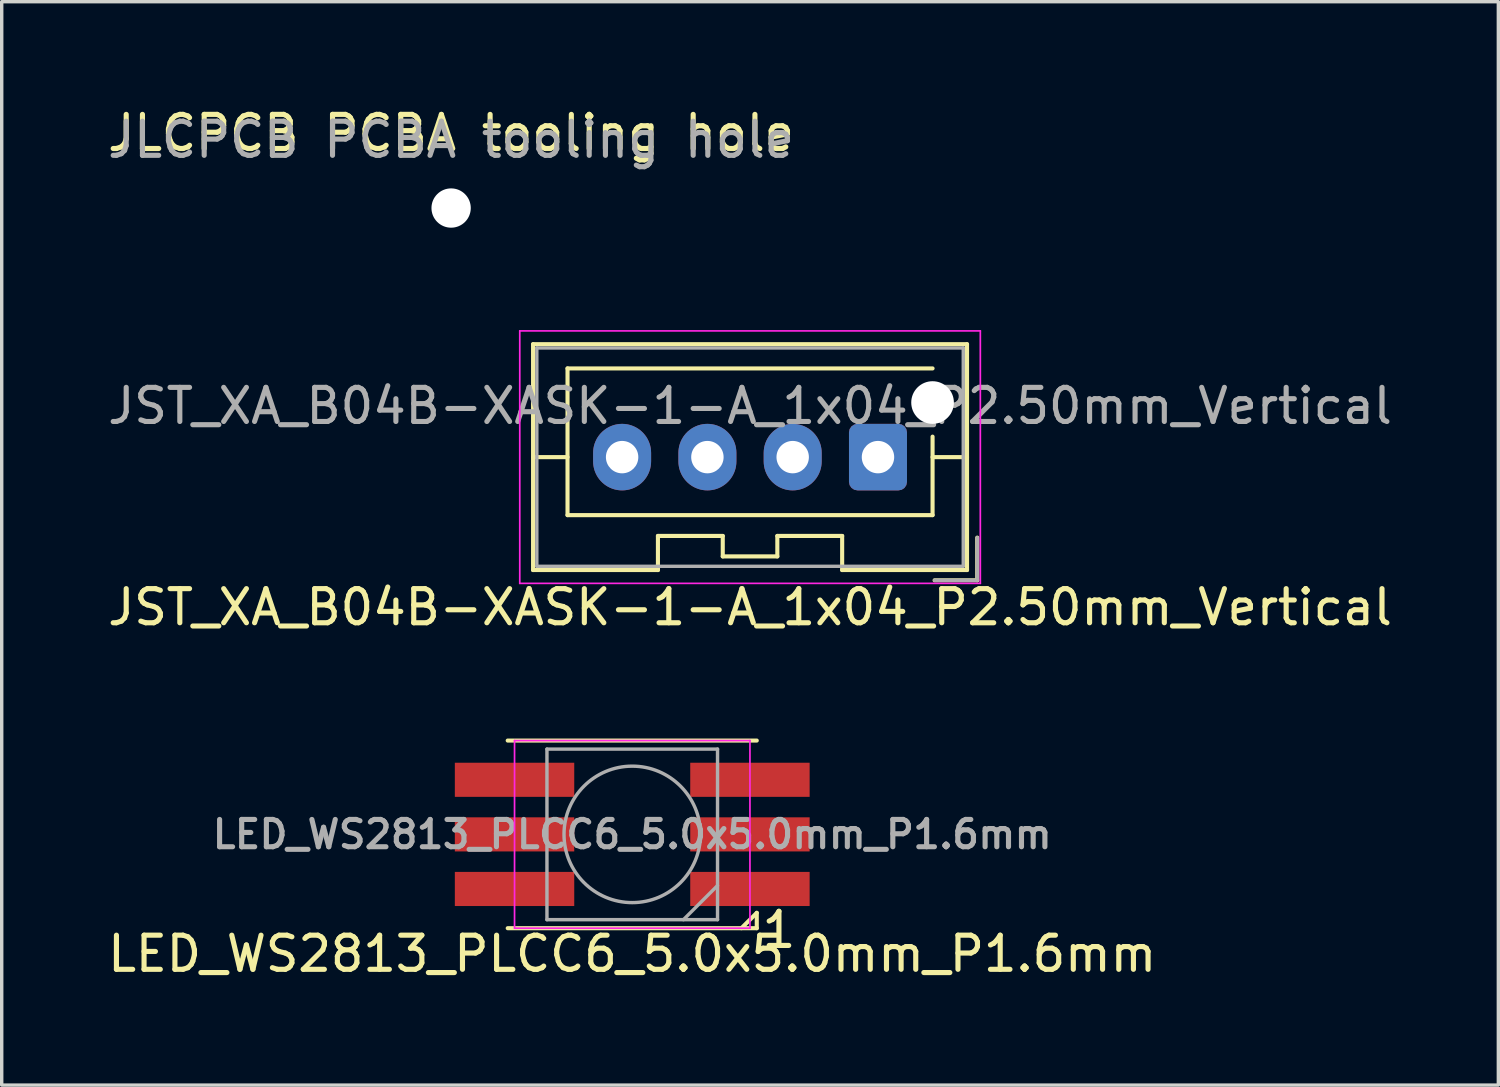
<source format=kicad_pcb>
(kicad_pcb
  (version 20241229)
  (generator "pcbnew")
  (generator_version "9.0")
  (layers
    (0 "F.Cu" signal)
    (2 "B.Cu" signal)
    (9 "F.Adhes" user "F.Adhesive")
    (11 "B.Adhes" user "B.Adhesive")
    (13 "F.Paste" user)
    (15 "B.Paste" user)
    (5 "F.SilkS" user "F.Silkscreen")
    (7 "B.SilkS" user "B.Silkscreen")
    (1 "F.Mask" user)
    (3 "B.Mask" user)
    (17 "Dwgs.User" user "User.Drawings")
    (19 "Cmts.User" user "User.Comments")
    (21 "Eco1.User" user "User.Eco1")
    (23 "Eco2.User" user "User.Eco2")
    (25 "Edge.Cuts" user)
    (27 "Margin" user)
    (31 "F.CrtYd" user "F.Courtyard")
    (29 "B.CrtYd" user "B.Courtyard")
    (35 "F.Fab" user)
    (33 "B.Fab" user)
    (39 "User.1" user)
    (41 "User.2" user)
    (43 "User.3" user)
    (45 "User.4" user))
  (footprint "JLCPCB PCBA tooling hole"
    (layer "F.Cu")
    (at 10.173 3.048)
    (property "Reference" "JLCPCB PCBA tooling hole" (at 0 -2.2 0) (unlocked yes) (layer "F.SilkS") (effects (font (size 1 1) (thickness 0.15))))
    (attr through_hole board_only exclude_from_pos_files exclude_from_bom)
    (fp_text user "${REFERENCE}" (at 0 -2 0) (unlocked yes) (layer "F.Fab") (effects (font (size 1 1) (thickness 0.15))))
    (pad "" np_thru_hole circle (at 0 0) (size 1.152 1.152) (drill 1.152) (layers "*.Cu" "*.Mask")))
  (footprint "JST_XA_B04B-XASK-1-A_1x04_P2.50mm_Vertical"
    (layer "F.Cu")
    (at 18.935 10.349)
    (property "Reference" "JST_XA_B04B-XASK-1-A_1x04_P2.50mm_Vertical" (at 0 4.4 180) (layer "F.SilkS") (effects (font (size 1 1) (thickness 0.15))))
    (attr through_hole)
    (fp_line (start -6.36 -3.31) (end -6.36 3.31) (stroke (width 0.12) (type solid)) (layer "F.SilkS"))
    (fp_line (start -6.36 0) (end -5.35 0) (stroke (width 0.12) (type solid)) (layer "F.SilkS"))
    (fp_line (start -6.36 3.31) (end -2.7 3.31) (stroke (width 0.12) (type solid)) (layer "F.SilkS"))
    (fp_line (start -5.35 -2.6) (end 5.35 -2.6) (stroke (width 0.12) (type solid)) (layer "F.SilkS"))
    (fp_line (start -5.35 1.7) (end -5.35 -2.6) (stroke (width 0.12) (type solid)) (layer "F.SilkS"))
    (fp_line (start -2.7 2.31) (end -0.8 2.31) (stroke (width 0.12) (type solid)) (layer "F.SilkS"))
    (fp_line (start -2.7 3.31) (end -2.7 2.31) (stroke (width 0.12) (type solid)) (layer "F.SilkS"))
    (fp_line (start -0.8 2.31) (end -0.8 2.91) (stroke (width 0.12) (type solid)) (layer "F.SilkS"))
    (fp_line (start -0.8 2.91) (end 0.8 2.91) (stroke (width 0.12) (type solid)) (layer "F.SilkS"))
    (fp_line (start 0.8 2.31) (end 2.7 2.31) (stroke (width 0.12) (type solid)) (layer "F.SilkS"))
    (fp_line (start 0.8 2.91) (end 0.8 2.31) (stroke (width 0.12) (type solid)) (layer "F.SilkS"))
    (fp_line (start 2.7 2.31) (end 2.7 3.31) (stroke (width 0.12) (type solid)) (layer "F.SilkS"))
    (fp_line (start 2.7 3.31) (end 6.36 3.31) (stroke (width 0.12) (type solid)) (layer "F.SilkS"))
    (fp_line (start 5.35 -0.6) (end 5.35 1.7) (stroke (width 0.12) (type solid)) (layer "F.SilkS"))
    (fp_line (start 5.35 1.7) (end -5.35 1.7) (stroke (width 0.12) (type solid)) (layer "F.SilkS"))
    (fp_line (start 5.41 3.61) (end 6.66 3.61) (stroke (width 0.12) (type solid)) (layer "F.SilkS"))
    (fp_line (start 6.36 -3.31) (end -6.36 -3.31) (stroke (width 0.12) (type solid)) (layer "F.SilkS"))
    (fp_line (start 6.36 0) (end 5.35 0) (stroke (width 0.12) (type solid)) (layer "F.SilkS"))
    (fp_line (start 6.36 3.31) (end 6.36 -3.31) (stroke (width 0.12) (type solid)) (layer "F.SilkS"))
    (fp_line (start 6.66 3.61) (end 6.66 2.36) (stroke (width 0.12) (type solid)) (layer "F.SilkS"))
    (fp_line (start -6.75 -3.7) (end -6.75 3.7) (stroke (width 0.05) (type solid)) (layer "F.CrtYd"))
    (fp_line (start -6.75 3.7) (end 6.75 3.7) (stroke (width 0.05) (type solid)) (layer "F.CrtYd"))
    (fp_line (start 6.75 -3.7) (end -6.75 -3.7) (stroke (width 0.05) (type solid)) (layer "F.CrtYd"))
    (fp_line (start 6.75 3.7) (end 6.75 -3.7) (stroke (width 0.05) (type solid)) (layer "F.CrtYd"))
    (fp_line (start -6.25 -3.2) (end -6.25 3.2) (stroke (width 0.1) (type solid)) (layer "F.Fab"))
    (fp_line (start -6.25 3.2) (end 6.25 3.2) (stroke (width 0.1) (type solid)) (layer "F.Fab"))
    (fp_line (start 5.41 3.61) (end 6.66 3.61) (stroke (width 0.1) (type solid)) (layer "F.Fab"))
    (fp_line (start 6.25 -3.2) (end -6.25 -3.2) (stroke (width 0.1) (type solid)) (layer "F.Fab"))
    (fp_line (start 6.25 3.2) (end 6.25 -3.2) (stroke (width 0.1) (type solid)) (layer "F.Fab"))
    (fp_line (start 6.66 3.61) (end 6.66 2.36) (stroke (width 0.1) (type solid)) (layer "F.Fab"))
    (fp_text user "${REFERENCE}" (at 0 -1.5 180) (layer "F.Fab") (effects (font (size 1 1) (thickness 0.15))))
    (pad "" np_thru_hole circle (at 5.35 -1.6 180) (size 1.25 1.25) (drill 1.25) (layers "*.Cu" "*.Mask"))
    (pad "1" thru_hole roundrect (at 3.75 0 180) (size 1.7 1.95) (drill 0.95) (layers "*.Cu" "*.Mask") (roundrect_rratio 0.147))
    (pad "2" thru_hole oval (at 1.25 0 180) (size 1.7 1.95) (drill 0.95) (layers "*.Cu" "*.Mask"))
    (pad "3" thru_hole oval (at -1.25 0 180) (size 1.7 1.95) (drill 0.95) (layers "*.Cu" "*.Mask"))
    (pad "4" thru_hole oval (at -3.75 0 180) (size 1.7 1.95) (drill 0.95) (layers "*.Cu" "*.Mask")))
  (footprint "LED_WS2813_PLCC6_5.0x5.0mm_P1.6mm"
    (layer "F.Cu")
    (at 15.482 21.407)
    (property "Reference" "LED_WS2813_PLCC6_5.0x5.0mm_P1.6mm" (at 0 3.5 180) (layer "F.SilkS") (effects (font (size 1 1) (thickness 0.15))))
    (attr smd)
    (fp_line (start 3.65 -2.75) (end -3.65 -2.75) (stroke (width 0.12) (type solid)) (layer "F.SilkS"))
    (fp_line (start 3.65 2.3) (end 3.2 2.75) (stroke (width 0.12) (type solid)) (layer "F.SilkS"))
    (fp_line (start 3.65 2.3) (end 3.65 2.75) (stroke (width 0.12) (type solid)) (layer "F.SilkS"))
    (fp_line (start 3.65 2.75) (end -3.65 2.75) (stroke (width 0.12) (type solid)) (layer "F.SilkS"))
    (fp_line (start -3.45 -2.75) (end -3.45 2.75) (stroke (width 0.05) (type solid)) (layer "F.CrtYd"))
    (fp_line (start -3.45 2.75) (end 3.45 2.75) (stroke (width 0.05) (type solid)) (layer "F.CrtYd"))
    (fp_line (start 3.45 -2.75) (end -3.45 -2.75) (stroke (width 0.05) (type solid)) (layer "F.CrtYd"))
    (fp_line (start 3.45 2.75) (end 3.45 -2.75) (stroke (width 0.05) (type solid)) (layer "F.CrtYd"))
    (fp_line (start -2.5 -2.5) (end 2.5 -2.5) (stroke (width 0.1) (type solid)) (layer "F.Fab"))
    (fp_line (start -2.5 2.5) (end -2.5 -2.5) (stroke (width 0.1) (type solid)) (layer "F.Fab"))
    (fp_line (start 2.5 -2.5) (end 2.5 2.5) (stroke (width 0.1) (type solid)) (layer "F.Fab"))
    (fp_line (start 2.5 1.5) (end 1.5 2.5) (stroke (width 0.1) (type solid)) (layer "F.Fab"))
    (fp_line (start 2.5 2.5) (end -2.5 2.5) (stroke (width 0.1) (type solid)) (layer "F.Fab"))
    (fp_circle (center 0 0) (end 0 2) (stroke (width 0.1) (type solid)) (fill no) (layer "F.Fab"))
    (fp_text user "1" (at 4.3 2.8 180) (layer "F.SilkS") (effects (font (size 1 1) (thickness 0.15))))
    (fp_text user "${REFERENCE}" (at 0 0 180) (layer "F.Fab") (effects (font (size 0.8 0.8) (thickness 0.15))))
    (pad "1" smd rect (at 3.45 1.6 180) (size 3.5 1) (layers "F.Cu" "F.Mask" "F.Paste"))
    (pad "2" smd rect (at 3.45 0 180) (size 3.5 1) (layers "F.Cu" "F.Mask" "F.Paste"))
    (pad "3" smd rect (at 3.45 -1.6 180) (size 3.5 1) (layers "F.Cu" "F.Mask" "F.Paste"))
    (pad "4" smd rect (at -3.45 -1.6 180) (size 3.5 1) (layers "F.Cu" "F.Mask" "F.Paste"))
    (pad "5" smd rect (at -3.45 0 180) (size 3.5 1) (layers "F.Cu" "F.Mask" "F.Paste"))
    (pad "6" smd rect (at -3.45 1.6 180) (size 3.5 1) (layers "F.Cu" "F.Mask" "F.Paste")))
  (gr_rect
    (start -3 -3)
    (end 40.869 28.756)
    (stroke (width 0.1) (type default))
    (fill no)
    (layer "Edge.Cuts")))
</source>
